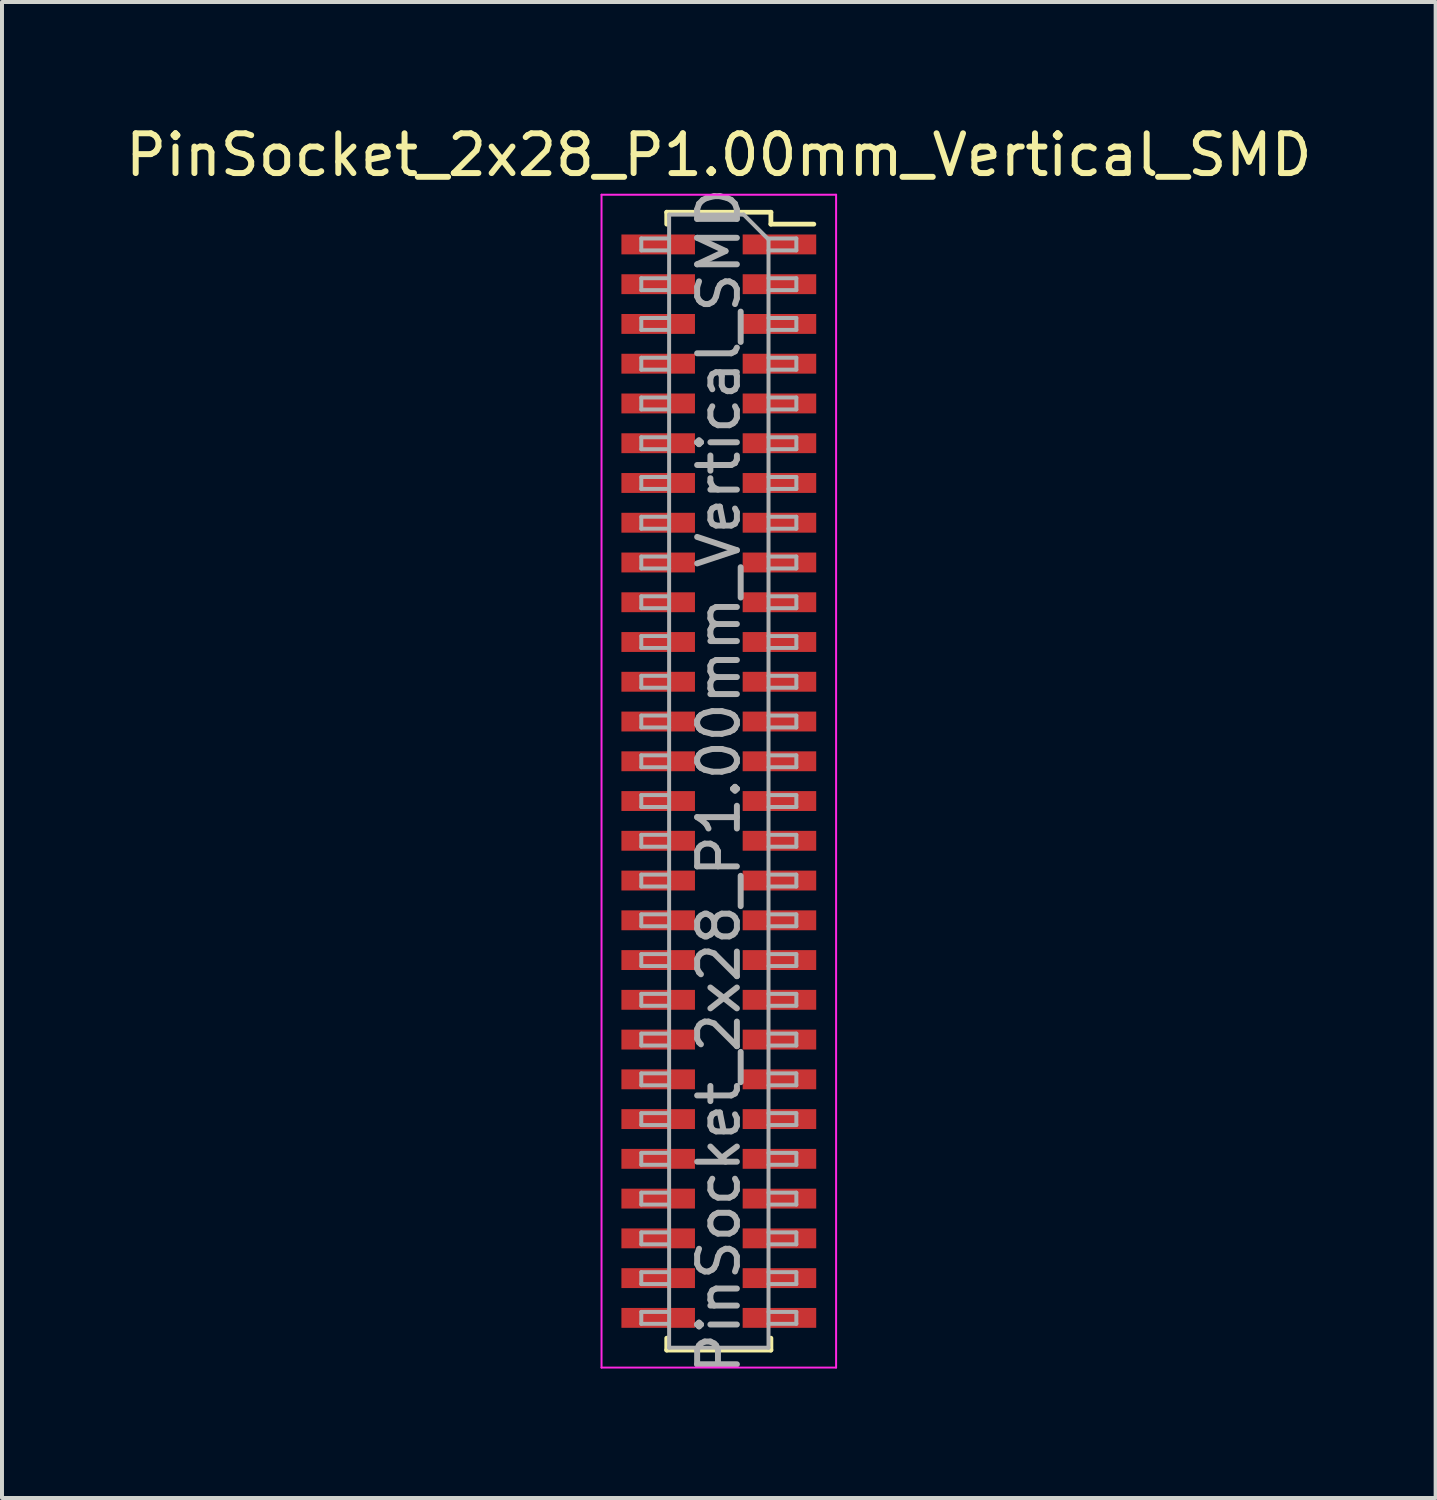
<source format=kicad_pcb>
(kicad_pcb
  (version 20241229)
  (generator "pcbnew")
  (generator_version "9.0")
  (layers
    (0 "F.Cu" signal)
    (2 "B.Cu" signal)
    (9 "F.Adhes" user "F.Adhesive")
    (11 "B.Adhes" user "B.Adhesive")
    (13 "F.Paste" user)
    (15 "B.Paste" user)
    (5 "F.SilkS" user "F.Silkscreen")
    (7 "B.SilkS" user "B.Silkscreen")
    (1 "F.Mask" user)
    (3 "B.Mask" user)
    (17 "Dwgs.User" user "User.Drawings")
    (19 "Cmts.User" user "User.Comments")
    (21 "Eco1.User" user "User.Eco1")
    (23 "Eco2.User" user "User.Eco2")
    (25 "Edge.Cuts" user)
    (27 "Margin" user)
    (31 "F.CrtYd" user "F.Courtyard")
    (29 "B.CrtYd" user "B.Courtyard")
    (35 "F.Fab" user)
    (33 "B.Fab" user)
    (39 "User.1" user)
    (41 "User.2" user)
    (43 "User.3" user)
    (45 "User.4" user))
  (footprint "PinSocket_2x28_P1.00mm_Vertical_SMD"
    (layer "F.Cu")
    (at 15.03 16.598)
    (property "Reference" "PinSocket_2x28_P1.00mm_Vertical_SMD" (at 0 -15.75 0) (layer "F.SilkS") (effects (font (size 1 1) (thickness 0.15))))
    (attr smd)
    (fp_line (start -1.31 -14.31) (end -1.31 -14.01) (stroke (width 0.12) (type solid)) (layer "F.SilkS"))
    (fp_line (start -1.31 -14.31) (end 1.31 -14.31) (stroke (width 0.12) (type solid)) (layer "F.SilkS"))
    (fp_line (start -1.31 14.01) (end -1.31 14.31) (stroke (width 0.12) (type solid)) (layer "F.SilkS"))
    (fp_line (start -1.31 14.31) (end 1.31 14.31) (stroke (width 0.12) (type solid)) (layer "F.SilkS"))
    (fp_line (start 1.31 -14.31) (end 1.31 -14.01) (stroke (width 0.12) (type solid)) (layer "F.SilkS"))
    (fp_line (start 1.31 -14.01) (end 2.39 -14.01) (stroke (width 0.12) (type solid)) (layer "F.SilkS"))
    (fp_line (start 1.31 14.01) (end 1.31 14.31) (stroke (width 0.12) (type solid)) (layer "F.SilkS"))
    (fp_line (start -2.95 -14.75) (end 2.95 -14.75) (stroke (width 0.05) (type solid)) (layer "F.CrtYd"))
    (fp_line (start -2.95 14.75) (end -2.95 -14.75) (stroke (width 0.05) (type solid)) (layer "F.CrtYd"))
    (fp_line (start 2.95 -14.75) (end 2.95 14.75) (stroke (width 0.05) (type solid)) (layer "F.CrtYd"))
    (fp_line (start 2.95 14.75) (end -2.95 14.75) (stroke (width 0.05) (type solid)) (layer "F.CrtYd"))
    (fp_line (start -1.95 -13.65) (end -1.25 -13.65) (stroke (width 0.1) (type solid)) (layer "F.Fab"))
    (fp_line (start -1.95 -13.35) (end -1.95 -13.65) (stroke (width 0.1) (type solid)) (layer "F.Fab"))
    (fp_line (start -1.95 -12.65) (end -1.25 -12.65) (stroke (width 0.1) (type solid)) (layer "F.Fab"))
    (fp_line (start -1.95 -12.35) (end -1.95 -12.65) (stroke (width 0.1) (type solid)) (layer "F.Fab"))
    (fp_line (start -1.95 -11.65) (end -1.25 -11.65) (stroke (width 0.1) (type solid)) (layer "F.Fab"))
    (fp_line (start -1.95 -11.35) (end -1.95 -11.65) (stroke (width 0.1) (type solid)) (layer "F.Fab"))
    (fp_line (start -1.95 -10.65) (end -1.25 -10.65) (stroke (width 0.1) (type solid)) (layer "F.Fab"))
    (fp_line (start -1.95 -10.35) (end -1.95 -10.65) (stroke (width 0.1) (type solid)) (layer "F.Fab"))
    (fp_line (start -1.95 -9.65) (end -1.25 -9.65) (stroke (width 0.1) (type solid)) (layer "F.Fab"))
    (fp_line (start -1.95 -9.35) (end -1.95 -9.65) (stroke (width 0.1) (type solid)) (layer "F.Fab"))
    (fp_line (start -1.95 -8.65) (end -1.25 -8.65) (stroke (width 0.1) (type solid)) (layer "F.Fab"))
    (fp_line (start -1.95 -8.35) (end -1.95 -8.65) (stroke (width 0.1) (type solid)) (layer "F.Fab"))
    (fp_line (start -1.95 -7.65) (end -1.25 -7.65) (stroke (width 0.1) (type solid)) (layer "F.Fab"))
    (fp_line (start -1.95 -7.35) (end -1.95 -7.65) (stroke (width 0.1) (type solid)) (layer "F.Fab"))
    (fp_line (start -1.95 -6.65) (end -1.25 -6.65) (stroke (width 0.1) (type solid)) (layer "F.Fab"))
    (fp_line (start -1.95 -6.35) (end -1.95 -6.65) (stroke (width 0.1) (type solid)) (layer "F.Fab"))
    (fp_line (start -1.95 -5.65) (end -1.25 -5.65) (stroke (width 0.1) (type solid)) (layer "F.Fab"))
    (fp_line (start -1.95 -5.35) (end -1.95 -5.65) (stroke (width 0.1) (type solid)) (layer "F.Fab"))
    (fp_line (start -1.95 -4.65) (end -1.25 -4.65) (stroke (width 0.1) (type solid)) (layer "F.Fab"))
    (fp_line (start -1.95 -4.35) (end -1.95 -4.65) (stroke (width 0.1) (type solid)) (layer "F.Fab"))
    (fp_line (start -1.95 -3.65) (end -1.25 -3.65) (stroke (width 0.1) (type solid)) (layer "F.Fab"))
    (fp_line (start -1.95 -3.35) (end -1.95 -3.65) (stroke (width 0.1) (type solid)) (layer "F.Fab"))
    (fp_line (start -1.95 -2.65) (end -1.25 -2.65) (stroke (width 0.1) (type solid)) (layer "F.Fab"))
    (fp_line (start -1.95 -2.35) (end -1.95 -2.65) (stroke (width 0.1) (type solid)) (layer "F.Fab"))
    (fp_line (start -1.95 -1.65) (end -1.25 -1.65) (stroke (width 0.1) (type solid)) (layer "F.Fab"))
    (fp_line (start -1.95 -1.35) (end -1.95 -1.65) (stroke (width 0.1) (type solid)) (layer "F.Fab"))
    (fp_line (start -1.95 -0.65) (end -1.25 -0.65) (stroke (width 0.1) (type solid)) (layer "F.Fab"))
    (fp_line (start -1.95 -0.35) (end -1.95 -0.65) (stroke (width 0.1) (type solid)) (layer "F.Fab"))
    (fp_line (start -1.95 0.35) (end -1.25 0.35) (stroke (width 0.1) (type solid)) (layer "F.Fab"))
    (fp_line (start -1.95 0.65) (end -1.95 0.35) (stroke (width 0.1) (type solid)) (layer "F.Fab"))
    (fp_line (start -1.95 1.35) (end -1.25 1.35) (stroke (width 0.1) (type solid)) (layer "F.Fab"))
    (fp_line (start -1.95 1.65) (end -1.95 1.35) (stroke (width 0.1) (type solid)) (layer "F.Fab"))
    (fp_line (start -1.95 2.35) (end -1.25 2.35) (stroke (width 0.1) (type solid)) (layer "F.Fab"))
    (fp_line (start -1.95 2.65) (end -1.95 2.35) (stroke (width 0.1) (type solid)) (layer "F.Fab"))
    (fp_line (start -1.95 3.35) (end -1.25 3.35) (stroke (width 0.1) (type solid)) (layer "F.Fab"))
    (fp_line (start -1.95 3.65) (end -1.95 3.35) (stroke (width 0.1) (type solid)) (layer "F.Fab"))
    (fp_line (start -1.95 4.35) (end -1.25 4.35) (stroke (width 0.1) (type solid)) (layer "F.Fab"))
    (fp_line (start -1.95 4.65) (end -1.95 4.35) (stroke (width 0.1) (type solid)) (layer "F.Fab"))
    (fp_line (start -1.95 5.35) (end -1.25 5.35) (stroke (width 0.1) (type solid)) (layer "F.Fab"))
    (fp_line (start -1.95 5.65) (end -1.95 5.35) (stroke (width 0.1) (type solid)) (layer "F.Fab"))
    (fp_line (start -1.95 6.35) (end -1.25 6.35) (stroke (width 0.1) (type solid)) (layer "F.Fab"))
    (fp_line (start -1.95 6.65) (end -1.95 6.35) (stroke (width 0.1) (type solid)) (layer "F.Fab"))
    (fp_line (start -1.95 7.35) (end -1.25 7.35) (stroke (width 0.1) (type solid)) (layer "F.Fab"))
    (fp_line (start -1.95 7.65) (end -1.95 7.35) (stroke (width 0.1) (type solid)) (layer "F.Fab"))
    (fp_line (start -1.95 8.35) (end -1.25 8.35) (stroke (width 0.1) (type solid)) (layer "F.Fab"))
    (fp_line (start -1.95 8.65) (end -1.95 8.35) (stroke (width 0.1) (type solid)) (layer "F.Fab"))
    (fp_line (start -1.95 9.35) (end -1.25 9.35) (stroke (width 0.1) (type solid)) (layer "F.Fab"))
    (fp_line (start -1.95 9.65) (end -1.95 9.35) (stroke (width 0.1) (type solid)) (layer "F.Fab"))
    (fp_line (start -1.95 10.35) (end -1.25 10.35) (stroke (width 0.1) (type solid)) (layer "F.Fab"))
    (fp_line (start -1.95 10.65) (end -1.95 10.35) (stroke (width 0.1) (type solid)) (layer "F.Fab"))
    (fp_line (start -1.95 11.35) (end -1.25 11.35) (stroke (width 0.1) (type solid)) (layer "F.Fab"))
    (fp_line (start -1.95 11.65) (end -1.95 11.35) (stroke (width 0.1) (type solid)) (layer "F.Fab"))
    (fp_line (start -1.95 12.35) (end -1.25 12.35) (stroke (width 0.1) (type solid)) (layer "F.Fab"))
    (fp_line (start -1.95 12.65) (end -1.95 12.35) (stroke (width 0.1) (type solid)) (layer "F.Fab"))
    (fp_line (start -1.95 13.35) (end -1.25 13.35) (stroke (width 0.1) (type solid)) (layer "F.Fab"))
    (fp_line (start -1.95 13.65) (end -1.95 13.35) (stroke (width 0.1) (type solid)) (layer "F.Fab"))
    (fp_line (start -1.25 -14.25) (end 0.625 -14.25) (stroke (width 0.1) (type solid)) (layer "F.Fab"))
    (fp_line (start -1.25 -13.35) (end -1.95 -13.35) (stroke (width 0.1) (type solid)) (layer "F.Fab"))
    (fp_line (start -1.25 -12.35) (end -1.95 -12.35) (stroke (width 0.1) (type solid)) (layer "F.Fab"))
    (fp_line (start -1.25 -11.35) (end -1.95 -11.35) (stroke (width 0.1) (type solid)) (layer "F.Fab"))
    (fp_line (start -1.25 -10.35) (end -1.95 -10.35) (stroke (width 0.1) (type solid)) (layer "F.Fab"))
    (fp_line (start -1.25 -9.35) (end -1.95 -9.35) (stroke (width 0.1) (type solid)) (layer "F.Fab"))
    (fp_line (start -1.25 -8.35) (end -1.95 -8.35) (stroke (width 0.1) (type solid)) (layer "F.Fab"))
    (fp_line (start -1.25 -7.35) (end -1.95 -7.35) (stroke (width 0.1) (type solid)) (layer "F.Fab"))
    (fp_line (start -1.25 -6.35) (end -1.95 -6.35) (stroke (width 0.1) (type solid)) (layer "F.Fab"))
    (fp_line (start -1.25 -5.35) (end -1.95 -5.35) (stroke (width 0.1) (type solid)) (layer "F.Fab"))
    (fp_line (start -1.25 -4.35) (end -1.95 -4.35) (stroke (width 0.1) (type solid)) (layer "F.Fab"))
    (fp_line (start -1.25 -3.35) (end -1.95 -3.35) (stroke (width 0.1) (type solid)) (layer "F.Fab"))
    (fp_line (start -1.25 -2.35) (end -1.95 -2.35) (stroke (width 0.1) (type solid)) (layer "F.Fab"))
    (fp_line (start -1.25 -1.35) (end -1.95 -1.35) (stroke (width 0.1) (type solid)) (layer "F.Fab"))
    (fp_line (start -1.25 -0.35) (end -1.95 -0.35) (stroke (width 0.1) (type solid)) (layer "F.Fab"))
    (fp_line (start -1.25 0.65) (end -1.95 0.65) (stroke (width 0.1) (type solid)) (layer "F.Fab"))
    (fp_line (start -1.25 1.65) (end -1.95 1.65) (stroke (width 0.1) (type solid)) (layer "F.Fab"))
    (fp_line (start -1.25 2.65) (end -1.95 2.65) (stroke (width 0.1) (type solid)) (layer "F.Fab"))
    (fp_line (start -1.25 3.65) (end -1.95 3.65) (stroke (width 0.1) (type solid)) (layer "F.Fab"))
    (fp_line (start -1.25 4.65) (end -1.95 4.65) (stroke (width 0.1) (type solid)) (layer "F.Fab"))
    (fp_line (start -1.25 5.65) (end -1.95 5.65) (stroke (width 0.1) (type solid)) (layer "F.Fab"))
    (fp_line (start -1.25 6.65) (end -1.95 6.65) (stroke (width 0.1) (type solid)) (layer "F.Fab"))
    (fp_line (start -1.25 7.65) (end -1.95 7.65) (stroke (width 0.1) (type solid)) (layer "F.Fab"))
    (fp_line (start -1.25 8.65) (end -1.95 8.65) (stroke (width 0.1) (type solid)) (layer "F.Fab"))
    (fp_line (start -1.25 9.65) (end -1.95 9.65) (stroke (width 0.1) (type solid)) (layer "F.Fab"))
    (fp_line (start -1.25 10.65) (end -1.95 10.65) (stroke (width 0.1) (type solid)) (layer "F.Fab"))
    (fp_line (start -1.25 11.65) (end -1.95 11.65) (stroke (width 0.1) (type solid)) (layer "F.Fab"))
    (fp_line (start -1.25 12.65) (end -1.95 12.65) (stroke (width 0.1) (type solid)) (layer "F.Fab"))
    (fp_line (start -1.25 13.65) (end -1.95 13.65) (stroke (width 0.1) (type solid)) (layer "F.Fab"))
    (fp_line (start -1.25 14.25) (end -1.25 -14.25) (stroke (width 0.1) (type solid)) (layer "F.Fab"))
    (fp_line (start 0.625 -14.25) (end 1.25 -13.625) (stroke (width 0.1) (type solid)) (layer "F.Fab"))
    (fp_line (start 1.25 -13.65) (end 1.95 -13.65) (stroke (width 0.1) (type solid)) (layer "F.Fab"))
    (fp_line (start 1.25 -13.625) (end 1.25 14.25) (stroke (width 0.1) (type solid)) (layer "F.Fab"))
    (fp_line (start 1.25 -12.65) (end 1.95 -12.65) (stroke (width 0.1) (type solid)) (layer "F.Fab"))
    (fp_line (start 1.25 -11.65) (end 1.95 -11.65) (stroke (width 0.1) (type solid)) (layer "F.Fab"))
    (fp_line (start 1.25 -10.65) (end 1.95 -10.65) (stroke (width 0.1) (type solid)) (layer "F.Fab"))
    (fp_line (start 1.25 -9.65) (end 1.95 -9.65) (stroke (width 0.1) (type solid)) (layer "F.Fab"))
    (fp_line (start 1.25 -8.65) (end 1.95 -8.65) (stroke (width 0.1) (type solid)) (layer "F.Fab"))
    (fp_line (start 1.25 -7.65) (end 1.95 -7.65) (stroke (width 0.1) (type solid)) (layer "F.Fab"))
    (fp_line (start 1.25 -6.65) (end 1.95 -6.65) (stroke (width 0.1) (type solid)) (layer "F.Fab"))
    (fp_line (start 1.25 -5.65) (end 1.95 -5.65) (stroke (width 0.1) (type solid)) (layer "F.Fab"))
    (fp_line (start 1.25 -4.65) (end 1.95 -4.65) (stroke (width 0.1) (type solid)) (layer "F.Fab"))
    (fp_line (start 1.25 -3.65) (end 1.95 -3.65) (stroke (width 0.1) (type solid)) (layer "F.Fab"))
    (fp_line (start 1.25 -2.65) (end 1.95 -2.65) (stroke (width 0.1) (type solid)) (layer "F.Fab"))
    (fp_line (start 1.25 -1.65) (end 1.95 -1.65) (stroke (width 0.1) (type solid)) (layer "F.Fab"))
    (fp_line (start 1.25 -0.65) (end 1.95 -0.65) (stroke (width 0.1) (type solid)) (layer "F.Fab"))
    (fp_line (start 1.25 0.35) (end 1.95 0.35) (stroke (width 0.1) (type solid)) (layer "F.Fab"))
    (fp_line (start 1.25 1.35) (end 1.95 1.35) (stroke (width 0.1) (type solid)) (layer "F.Fab"))
    (fp_line (start 1.25 2.35) (end 1.95 2.35) (stroke (width 0.1) (type solid)) (layer "F.Fab"))
    (fp_line (start 1.25 3.35) (end 1.95 3.35) (stroke (width 0.1) (type solid)) (layer "F.Fab"))
    (fp_line (start 1.25 4.35) (end 1.95 4.35) (stroke (width 0.1) (type solid)) (layer "F.Fab"))
    (fp_line (start 1.25 5.35) (end 1.95 5.35) (stroke (width 0.1) (type solid)) (layer "F.Fab"))
    (fp_line (start 1.25 6.35) (end 1.95 6.35) (stroke (width 0.1) (type solid)) (layer "F.Fab"))
    (fp_line (start 1.25 7.35) (end 1.95 7.35) (stroke (width 0.1) (type solid)) (layer "F.Fab"))
    (fp_line (start 1.25 8.35) (end 1.95 8.35) (stroke (width 0.1) (type solid)) (layer "F.Fab"))
    (fp_line (start 1.25 9.35) (end 1.95 9.35) (stroke (width 0.1) (type solid)) (layer "F.Fab"))
    (fp_line (start 1.25 10.35) (end 1.95 10.35) (stroke (width 0.1) (type solid)) (layer "F.Fab"))
    (fp_line (start 1.25 11.35) (end 1.95 11.35) (stroke (width 0.1) (type solid)) (layer "F.Fab"))
    (fp_line (start 1.25 12.35) (end 1.95 12.35) (stroke (width 0.1) (type solid)) (layer "F.Fab"))
    (fp_line (start 1.25 13.35) (end 1.95 13.35) (stroke (width 0.1) (type solid)) (layer "F.Fab"))
    (fp_line (start 1.25 14.25) (end -1.25 14.25) (stroke (width 0.1) (type solid)) (layer "F.Fab"))
    (fp_line (start 1.95 -13.65) (end 1.95 -13.35) (stroke (width 0.1) (type solid)) (layer "F.Fab"))
    (fp_line (start 1.95 -13.35) (end 1.25 -13.35) (stroke (width 0.1) (type solid)) (layer "F.Fab"))
    (fp_line (start 1.95 -12.65) (end 1.95 -12.35) (stroke (width 0.1) (type solid)) (layer "F.Fab"))
    (fp_line (start 1.95 -12.35) (end 1.25 -12.35) (stroke (width 0.1) (type solid)) (layer "F.Fab"))
    (fp_line (start 1.95 -11.65) (end 1.95 -11.35) (stroke (width 0.1) (type solid)) (layer "F.Fab"))
    (fp_line (start 1.95 -11.35) (end 1.25 -11.35) (stroke (width 0.1) (type solid)) (layer "F.Fab"))
    (fp_line (start 1.95 -10.65) (end 1.95 -10.35) (stroke (width 0.1) (type solid)) (layer "F.Fab"))
    (fp_line (start 1.95 -10.35) (end 1.25 -10.35) (stroke (width 0.1) (type solid)) (layer "F.Fab"))
    (fp_line (start 1.95 -9.65) (end 1.95 -9.35) (stroke (width 0.1) (type solid)) (layer "F.Fab"))
    (fp_line (start 1.95 -9.35) (end 1.25 -9.35) (stroke (width 0.1) (type solid)) (layer "F.Fab"))
    (fp_line (start 1.95 -8.65) (end 1.95 -8.35) (stroke (width 0.1) (type solid)) (layer "F.Fab"))
    (fp_line (start 1.95 -8.35) (end 1.25 -8.35) (stroke (width 0.1) (type solid)) (layer "F.Fab"))
    (fp_line (start 1.95 -7.65) (end 1.95 -7.35) (stroke (width 0.1) (type solid)) (layer "F.Fab"))
    (fp_line (start 1.95 -7.35) (end 1.25 -7.35) (stroke (width 0.1) (type solid)) (layer "F.Fab"))
    (fp_line (start 1.95 -6.65) (end 1.95 -6.35) (stroke (width 0.1) (type solid)) (layer "F.Fab"))
    (fp_line (start 1.95 -6.35) (end 1.25 -6.35) (stroke (width 0.1) (type solid)) (layer "F.Fab"))
    (fp_line (start 1.95 -5.65) (end 1.95 -5.35) (stroke (width 0.1) (type solid)) (layer "F.Fab"))
    (fp_line (start 1.95 -5.35) (end 1.25 -5.35) (stroke (width 0.1) (type solid)) (layer "F.Fab"))
    (fp_line (start 1.95 -4.65) (end 1.95 -4.35) (stroke (width 0.1) (type solid)) (layer "F.Fab"))
    (fp_line (start 1.95 -4.35) (end 1.25 -4.35) (stroke (width 0.1) (type solid)) (layer "F.Fab"))
    (fp_line (start 1.95 -3.65) (end 1.95 -3.35) (stroke (width 0.1) (type solid)) (layer "F.Fab"))
    (fp_line (start 1.95 -3.35) (end 1.25 -3.35) (stroke (width 0.1) (type solid)) (layer "F.Fab"))
    (fp_line (start 1.95 -2.65) (end 1.95 -2.35) (stroke (width 0.1) (type solid)) (layer "F.Fab"))
    (fp_line (start 1.95 -2.35) (end 1.25 -2.35) (stroke (width 0.1) (type solid)) (layer "F.Fab"))
    (fp_line (start 1.95 -1.65) (end 1.95 -1.35) (stroke (width 0.1) (type solid)) (layer "F.Fab"))
    (fp_line (start 1.95 -1.35) (end 1.25 -1.35) (stroke (width 0.1) (type solid)) (layer "F.Fab"))
    (fp_line (start 1.95 -0.65) (end 1.95 -0.35) (stroke (width 0.1) (type solid)) (layer "F.Fab"))
    (fp_line (start 1.95 -0.35) (end 1.25 -0.35) (stroke (width 0.1) (type solid)) (layer "F.Fab"))
    (fp_line (start 1.95 0.35) (end 1.95 0.65) (stroke (width 0.1) (type solid)) (layer "F.Fab"))
    (fp_line (start 1.95 0.65) (end 1.25 0.65) (stroke (width 0.1) (type solid)) (layer "F.Fab"))
    (fp_line (start 1.95 1.35) (end 1.95 1.65) (stroke (width 0.1) (type solid)) (layer "F.Fab"))
    (fp_line (start 1.95 1.65) (end 1.25 1.65) (stroke (width 0.1) (type solid)) (layer "F.Fab"))
    (fp_line (start 1.95 2.35) (end 1.95 2.65) (stroke (width 0.1) (type solid)) (layer "F.Fab"))
    (fp_line (start 1.95 2.65) (end 1.25 2.65) (stroke (width 0.1) (type solid)) (layer "F.Fab"))
    (fp_line (start 1.95 3.35) (end 1.95 3.65) (stroke (width 0.1) (type solid)) (layer "F.Fab"))
    (fp_line (start 1.95 3.65) (end 1.25 3.65) (stroke (width 0.1) (type solid)) (layer "F.Fab"))
    (fp_line (start 1.95 4.35) (end 1.95 4.65) (stroke (width 0.1) (type solid)) (layer "F.Fab"))
    (fp_line (start 1.95 4.65) (end 1.25 4.65) (stroke (width 0.1) (type solid)) (layer "F.Fab"))
    (fp_line (start 1.95 5.35) (end 1.95 5.65) (stroke (width 0.1) (type solid)) (layer "F.Fab"))
    (fp_line (start 1.95 5.65) (end 1.25 5.65) (stroke (width 0.1) (type solid)) (layer "F.Fab"))
    (fp_line (start 1.95 6.35) (end 1.95 6.65) (stroke (width 0.1) (type solid)) (layer "F.Fab"))
    (fp_line (start 1.95 6.65) (end 1.25 6.65) (stroke (width 0.1) (type solid)) (layer "F.Fab"))
    (fp_line (start 1.95 7.35) (end 1.95 7.65) (stroke (width 0.1) (type solid)) (layer "F.Fab"))
    (fp_line (start 1.95 7.65) (end 1.25 7.65) (stroke (width 0.1) (type solid)) (layer "F.Fab"))
    (fp_line (start 1.95 8.35) (end 1.95 8.65) (stroke (width 0.1) (type solid)) (layer "F.Fab"))
    (fp_line (start 1.95 8.65) (end 1.25 8.65) (stroke (width 0.1) (type solid)) (layer "F.Fab"))
    (fp_line (start 1.95 9.35) (end 1.95 9.65) (stroke (width 0.1) (type solid)) (layer "F.Fab"))
    (fp_line (start 1.95 9.65) (end 1.25 9.65) (stroke (width 0.1) (type solid)) (layer "F.Fab"))
    (fp_line (start 1.95 10.35) (end 1.95 10.65) (stroke (width 0.1) (type solid)) (layer "F.Fab"))
    (fp_line (start 1.95 10.65) (end 1.25 10.65) (stroke (width 0.1) (type solid)) (layer "F.Fab"))
    (fp_line (start 1.95 11.35) (end 1.95 11.65) (stroke (width 0.1) (type solid)) (layer "F.Fab"))
    (fp_line (start 1.95 11.65) (end 1.25 11.65) (stroke (width 0.1) (type solid)) (layer "F.Fab"))
    (fp_line (start 1.95 12.35) (end 1.95 12.65) (stroke (width 0.1) (type solid)) (layer "F.Fab"))
    (fp_line (start 1.95 12.65) (end 1.25 12.65) (stroke (width 0.1) (type solid)) (layer "F.Fab"))
    (fp_line (start 1.95 13.35) (end 1.95 13.65) (stroke (width 0.1) (type solid)) (layer "F.Fab"))
    (fp_line (start 1.95 13.65) (end 1.25 13.65) (stroke (width 0.1) (type solid)) (layer "F.Fab"))
    (fp_text user "${REFERENCE}" (at 0 0 90) (layer "F.Fab") (effects (font (size 1 1) (thickness 0.15))))
    (pad "1" smd rect (at 1.525 -13.5) (size 1.85 0.5) (layers "F.Cu" "F.Mask" "F.Paste"))
    (pad "2" smd rect (at -1.525 -13.5) (size 1.85 0.5) (layers "F.Cu" "F.Mask" "F.Paste"))
    (pad "3" smd rect (at 1.525 -12.5) (size 1.85 0.5) (layers "F.Cu" "F.Mask" "F.Paste"))
    (pad "4" smd rect (at -1.525 -12.5) (size 1.85 0.5) (layers "F.Cu" "F.Mask" "F.Paste"))
    (pad "5" smd rect (at 1.525 -11.5) (size 1.85 0.5) (layers "F.Cu" "F.Mask" "F.Paste"))
    (pad "6" smd rect (at -1.525 -11.5) (size 1.85 0.5) (layers "F.Cu" "F.Mask" "F.Paste"))
    (pad "7" smd rect (at 1.525 -10.5) (size 1.85 0.5) (layers "F.Cu" "F.Mask" "F.Paste"))
    (pad "8" smd rect (at -1.525 -10.5) (size 1.85 0.5) (layers "F.Cu" "F.Mask" "F.Paste"))
    (pad "9" smd rect (at 1.525 -9.5) (size 1.85 0.5) (layers "F.Cu" "F.Mask" "F.Paste"))
    (pad "10" smd rect (at -1.525 -9.5) (size 1.85 0.5) (layers "F.Cu" "F.Mask" "F.Paste"))
    (pad "11" smd rect (at 1.525 -8.5) (size 1.85 0.5) (layers "F.Cu" "F.Mask" "F.Paste"))
    (pad "12" smd rect (at -1.525 -8.5) (size 1.85 0.5) (layers "F.Cu" "F.Mask" "F.Paste"))
    (pad "13" smd rect (at 1.525 -7.5) (size 1.85 0.5) (layers "F.Cu" "F.Mask" "F.Paste"))
    (pad "14" smd rect (at -1.525 -7.5) (size 1.85 0.5) (layers "F.Cu" "F.Mask" "F.Paste"))
    (pad "15" smd rect (at 1.525 -6.5) (size 1.85 0.5) (layers "F.Cu" "F.Mask" "F.Paste"))
    (pad "16" smd rect (at -1.525 -6.5) (size 1.85 0.5) (layers "F.Cu" "F.Mask" "F.Paste"))
    (pad "17" smd rect (at 1.525 -5.5) (size 1.85 0.5) (layers "F.Cu" "F.Mask" "F.Paste"))
    (pad "18" smd rect (at -1.525 -5.5) (size 1.85 0.5) (layers "F.Cu" "F.Mask" "F.Paste"))
    (pad "19" smd rect (at 1.525 -4.5) (size 1.85 0.5) (layers "F.Cu" "F.Mask" "F.Paste"))
    (pad "20" smd rect (at -1.525 -4.5) (size 1.85 0.5) (layers "F.Cu" "F.Mask" "F.Paste"))
    (pad "21" smd rect (at 1.525 -3.5) (size 1.85 0.5) (layers "F.Cu" "F.Mask" "F.Paste"))
    (pad "22" smd rect (at -1.525 -3.5) (size 1.85 0.5) (layers "F.Cu" "F.Mask" "F.Paste"))
    (pad "23" smd rect (at 1.525 -2.5) (size 1.85 0.5) (layers "F.Cu" "F.Mask" "F.Paste"))
    (pad "24" smd rect (at -1.525 -2.5) (size 1.85 0.5) (layers "F.Cu" "F.Mask" "F.Paste"))
    (pad "25" smd rect (at 1.525 -1.5) (size 1.85 0.5) (layers "F.Cu" "F.Mask" "F.Paste"))
    (pad "26" smd rect (at -1.525 -1.5) (size 1.85 0.5) (layers "F.Cu" "F.Mask" "F.Paste"))
    (pad "27" smd rect (at 1.525 -0.5) (size 1.85 0.5) (layers "F.Cu" "F.Mask" "F.Paste"))
    (pad "28" smd rect (at -1.525 -0.5) (size 1.85 0.5) (layers "F.Cu" "F.Mask" "F.Paste"))
    (pad "29" smd rect (at 1.525 0.5) (size 1.85 0.5) (layers "F.Cu" "F.Mask" "F.Paste"))
    (pad "30" smd rect (at -1.525 0.5) (size 1.85 0.5) (layers "F.Cu" "F.Mask" "F.Paste"))
    (pad "31" smd rect (at 1.525 1.5) (size 1.85 0.5) (layers "F.Cu" "F.Mask" "F.Paste"))
    (pad "32" smd rect (at -1.525 1.5) (size 1.85 0.5) (layers "F.Cu" "F.Mask" "F.Paste"))
    (pad "33" smd rect (at 1.525 2.5) (size 1.85 0.5) (layers "F.Cu" "F.Mask" "F.Paste"))
    (pad "34" smd rect (at -1.525 2.5) (size 1.85 0.5) (layers "F.Cu" "F.Mask" "F.Paste"))
    (pad "35" smd rect (at 1.525 3.5) (size 1.85 0.5) (layers "F.Cu" "F.Mask" "F.Paste"))
    (pad "36" smd rect (at -1.525 3.5) (size 1.85 0.5) (layers "F.Cu" "F.Mask" "F.Paste"))
    (pad "37" smd rect (at 1.525 4.5) (size 1.85 0.5) (layers "F.Cu" "F.Mask" "F.Paste"))
    (pad "38" smd rect (at -1.525 4.5) (size 1.85 0.5) (layers "F.Cu" "F.Mask" "F.Paste"))
    (pad "39" smd rect (at 1.525 5.5) (size 1.85 0.5) (layers "F.Cu" "F.Mask" "F.Paste"))
    (pad "40" smd rect (at -1.525 5.5) (size 1.85 0.5) (layers "F.Cu" "F.Mask" "F.Paste"))
    (pad "41" smd rect (at 1.525 6.5) (size 1.85 0.5) (layers "F.Cu" "F.Mask" "F.Paste"))
    (pad "42" smd rect (at -1.525 6.5) (size 1.85 0.5) (layers "F.Cu" "F.Mask" "F.Paste"))
    (pad "43" smd rect (at 1.525 7.5) (size 1.85 0.5) (layers "F.Cu" "F.Mask" "F.Paste"))
    (pad "44" smd rect (at -1.525 7.5) (size 1.85 0.5) (layers "F.Cu" "F.Mask" "F.Paste"))
    (pad "45" smd rect (at 1.525 8.5) (size 1.85 0.5) (layers "F.Cu" "F.Mask" "F.Paste"))
    (pad "46" smd rect (at -1.525 8.5) (size 1.85 0.5) (layers "F.Cu" "F.Mask" "F.Paste"))
    (pad "47" smd rect (at 1.525 9.5) (size 1.85 0.5) (layers "F.Cu" "F.Mask" "F.Paste"))
    (pad "48" smd rect (at -1.525 9.5) (size 1.85 0.5) (layers "F.Cu" "F.Mask" "F.Paste"))
    (pad "49" smd rect (at 1.525 10.5) (size 1.85 0.5) (layers "F.Cu" "F.Mask" "F.Paste"))
    (pad "50" smd rect (at -1.525 10.5) (size 1.85 0.5) (layers "F.Cu" "F.Mask" "F.Paste"))
    (pad "51" smd rect (at 1.525 11.5) (size 1.85 0.5) (layers "F.Cu" "F.Mask" "F.Paste"))
    (pad "52" smd rect (at -1.525 11.5) (size 1.85 0.5) (layers "F.Cu" "F.Mask" "F.Paste"))
    (pad "53" smd rect (at 1.525 12.5) (size 1.85 0.5) (layers "F.Cu" "F.Mask" "F.Paste"))
    (pad "54" smd rect (at -1.525 12.5) (size 1.85 0.5) (layers "F.Cu" "F.Mask" "F.Paste"))
    (pad "55" smd rect (at 1.525 13.5) (size 1.85 0.5) (layers "F.Cu" "F.Mask" "F.Paste"))
    (pad "56" smd rect (at -1.525 13.5) (size 1.85 0.5) (layers "F.Cu" "F.Mask" "F.Paste")))
  (gr_rect
    (start -3 -3)
    (end 33.06 34.628)
    (stroke (width 0.1) (type default))
    (fill no)
    (layer "Edge.Cuts")))
</source>
